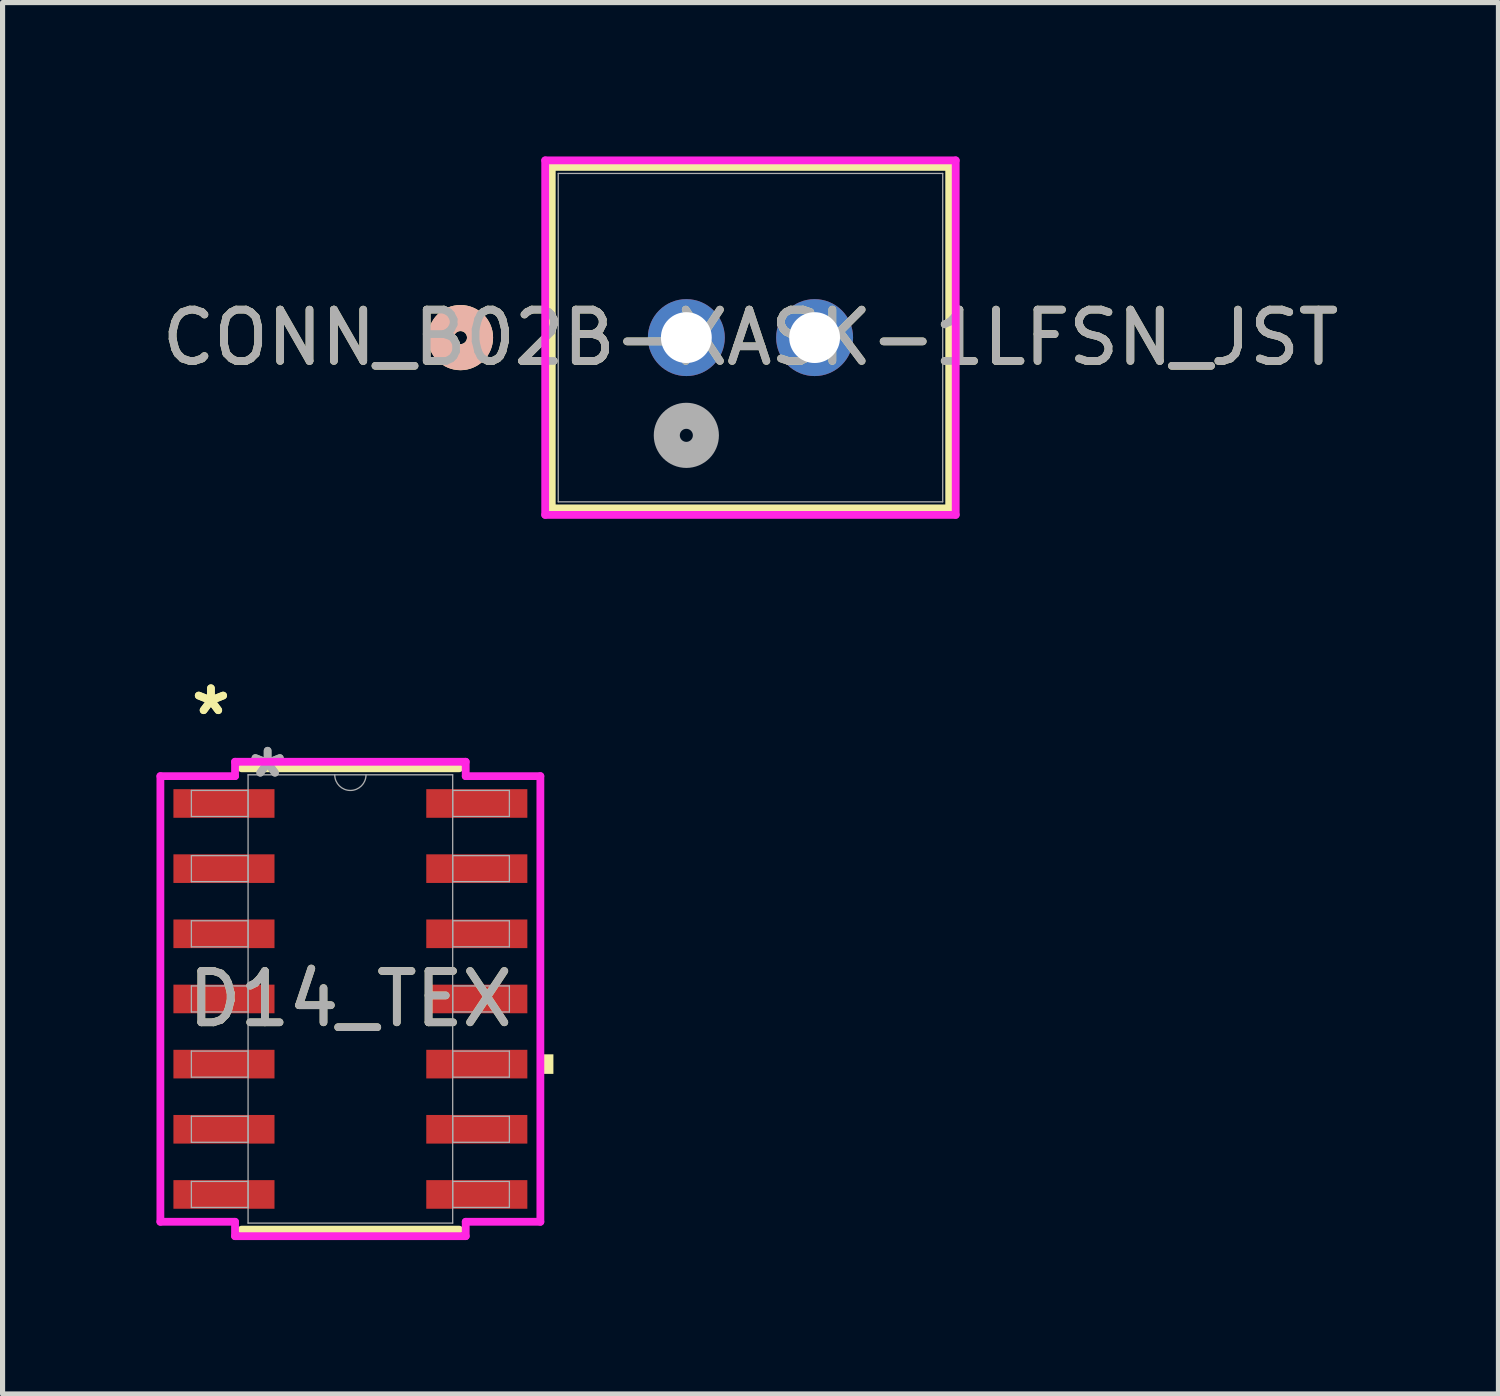
<source format=kicad_pcb>
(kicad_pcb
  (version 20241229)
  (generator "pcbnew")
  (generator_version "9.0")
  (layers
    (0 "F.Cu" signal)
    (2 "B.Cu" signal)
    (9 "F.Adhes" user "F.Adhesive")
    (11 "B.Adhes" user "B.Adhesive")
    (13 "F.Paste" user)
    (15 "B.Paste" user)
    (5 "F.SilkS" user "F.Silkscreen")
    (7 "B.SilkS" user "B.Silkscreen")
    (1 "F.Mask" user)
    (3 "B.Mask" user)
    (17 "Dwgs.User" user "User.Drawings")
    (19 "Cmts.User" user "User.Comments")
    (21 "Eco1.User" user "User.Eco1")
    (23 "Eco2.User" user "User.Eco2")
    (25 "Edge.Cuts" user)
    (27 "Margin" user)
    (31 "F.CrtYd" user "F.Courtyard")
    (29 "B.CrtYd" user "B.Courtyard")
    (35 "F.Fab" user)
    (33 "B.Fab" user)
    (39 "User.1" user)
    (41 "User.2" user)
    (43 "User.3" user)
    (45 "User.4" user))
  (footprint "D14_TEX"
    (layer "F.Cu")
    (at 3.779 16.42)
    (property "Reference" "D14_TEX" (at 0 0 0) (unlocked yes) (layer "F.SilkS") (effects (font (size 1 1) (thickness 0.15))))
    (attr smd)
    (fp_line (start -2.121 4.496) (end 2.121 4.496) (stroke (width 0.152) (type solid)) (layer "F.SilkS"))
    (fp_line (start 2.121 -4.496) (end -2.121 -4.496) (stroke (width 0.152) (type solid)) (layer "F.SilkS"))
    (fp_poly (pts (xy 3.957 1.079) (xy 3.957 1.46) (xy 3.703 1.46) (xy 3.703 1.079)) (stroke (width 0) (type solid)) (fill yes) (layer "F.SilkS"))
    (fp_line (start -3.703 -4.343) (end -2.248 -4.343) (stroke (width 0.152) (type solid)) (layer "F.CrtYd"))
    (fp_line (start -3.703 4.343) (end -3.703 -4.343) (stroke (width 0.152) (type solid)) (layer "F.CrtYd"))
    (fp_line (start -3.703 4.343) (end -2.248 4.343) (stroke (width 0.152) (type solid)) (layer "F.CrtYd"))
    (fp_line (start -2.248 -4.623) (end 2.248 -4.623) (stroke (width 0.152) (type solid)) (layer "F.CrtYd"))
    (fp_line (start -2.248 -4.343) (end -2.248 -4.623) (stroke (width 0.152) (type solid)) (layer "F.CrtYd"))
    (fp_line (start -2.248 4.623) (end -2.248 4.343) (stroke (width 0.152) (type solid)) (layer "F.CrtYd"))
    (fp_line (start 2.248 -4.623) (end 2.248 -4.343) (stroke (width 0.152) (type solid)) (layer "F.CrtYd"))
    (fp_line (start 2.248 4.343) (end 2.248 4.623) (stroke (width 0.152) (type solid)) (layer "F.CrtYd"))
    (fp_line (start 2.248 4.623) (end -2.248 4.623) (stroke (width 0.152) (type solid)) (layer "F.CrtYd"))
    (fp_line (start 3.703 -4.343) (end 2.248 -4.343) (stroke (width 0.152) (type solid)) (layer "F.CrtYd"))
    (fp_line (start 3.703 -4.343) (end 3.703 4.343) (stroke (width 0.152) (type solid)) (layer "F.CrtYd"))
    (fp_line (start 3.703 4.343) (end 2.248 4.343) (stroke (width 0.152) (type solid)) (layer "F.CrtYd"))
    (fp_line (start -3.099 -4.064) (end -3.099 -3.556) (stroke (width 0.025) (type solid)) (layer "F.Fab"))
    (fp_line (start -3.099 -3.556) (end -1.994 -3.556) (stroke (width 0.025) (type solid)) (layer "F.Fab"))
    (fp_line (start -3.099 -2.794) (end -3.099 -2.286) (stroke (width 0.025) (type solid)) (layer "F.Fab"))
    (fp_line (start -3.099 -2.286) (end -1.994 -2.286) (stroke (width 0.025) (type solid)) (layer "F.Fab"))
    (fp_line (start -3.099 -1.524) (end -3.099 -1.016) (stroke (width 0.025) (type solid)) (layer "F.Fab"))
    (fp_line (start -3.099 -1.016) (end -1.994 -1.016) (stroke (width 0.025) (type solid)) (layer "F.Fab"))
    (fp_line (start -3.099 -0.254) (end -3.099 0.254) (stroke (width 0.025) (type solid)) (layer "F.Fab"))
    (fp_line (start -3.099 0.254) (end -1.994 0.254) (stroke (width 0.025) (type solid)) (layer "F.Fab"))
    (fp_line (start -3.099 1.016) (end -3.099 1.524) (stroke (width 0.025) (type solid)) (layer "F.Fab"))
    (fp_line (start -3.099 1.524) (end -1.994 1.524) (stroke (width 0.025) (type solid)) (layer "F.Fab"))
    (fp_line (start -3.099 2.286) (end -3.099 2.794) (stroke (width 0.025) (type solid)) (layer "F.Fab"))
    (fp_line (start -3.099 2.794) (end -1.994 2.794) (stroke (width 0.025) (type solid)) (layer "F.Fab"))
    (fp_line (start -3.099 3.556) (end -3.099 4.064) (stroke (width 0.025) (type solid)) (layer "F.Fab"))
    (fp_line (start -3.099 4.064) (end -1.994 4.064) (stroke (width 0.025) (type solid)) (layer "F.Fab"))
    (fp_line (start -1.994 -4.369) (end -1.994 4.369) (stroke (width 0.025) (type solid)) (layer "F.Fab"))
    (fp_line (start -1.994 -4.064) (end -3.099 -4.064) (stroke (width 0.025) (type solid)) (layer "F.Fab"))
    (fp_line (start -1.994 -3.556) (end -1.994 -4.064) (stroke (width 0.025) (type solid)) (layer "F.Fab"))
    (fp_line (start -1.994 -2.794) (end -3.099 -2.794) (stroke (width 0.025) (type solid)) (layer "F.Fab"))
    (fp_line (start -1.994 -2.286) (end -1.994 -2.794) (stroke (width 0.025) (type solid)) (layer "F.Fab"))
    (fp_line (start -1.994 -1.524) (end -3.099 -1.524) (stroke (width 0.025) (type solid)) (layer "F.Fab"))
    (fp_line (start -1.994 -1.016) (end -1.994 -1.524) (stroke (width 0.025) (type solid)) (layer "F.Fab"))
    (fp_line (start -1.994 -0.254) (end -3.099 -0.254) (stroke (width 0.025) (type solid)) (layer "F.Fab"))
    (fp_line (start -1.994 0.254) (end -1.994 -0.254) (stroke (width 0.025) (type solid)) (layer "F.Fab"))
    (fp_line (start -1.994 1.016) (end -3.099 1.016) (stroke (width 0.025) (type solid)) (layer "F.Fab"))
    (fp_line (start -1.994 1.524) (end -1.994 1.016) (stroke (width 0.025) (type solid)) (layer "F.Fab"))
    (fp_line (start -1.994 2.286) (end -3.099 2.286) (stroke (width 0.025) (type solid)) (layer "F.Fab"))
    (fp_line (start -1.994 2.794) (end -1.994 2.286) (stroke (width 0.025) (type solid)) (layer "F.Fab"))
    (fp_line (start -1.994 3.556) (end -3.099 3.556) (stroke (width 0.025) (type solid)) (layer "F.Fab"))
    (fp_line (start -1.994 4.064) (end -1.994 3.556) (stroke (width 0.025) (type solid)) (layer "F.Fab"))
    (fp_line (start -1.994 4.369) (end 1.994 4.369) (stroke (width 0.025) (type solid)) (layer "F.Fab"))
    (fp_line (start 1.994 -4.369) (end -1.994 -4.369) (stroke (width 0.025) (type solid)) (layer "F.Fab"))
    (fp_line (start 1.994 -4.064) (end 1.994 -3.556) (stroke (width 0.025) (type solid)) (layer "F.Fab"))
    (fp_line (start 1.994 -3.556) (end 3.099 -3.556) (stroke (width 0.025) (type solid)) (layer "F.Fab"))
    (fp_line (start 1.994 -2.794) (end 1.994 -2.286) (stroke (width 0.025) (type solid)) (layer "F.Fab"))
    (fp_line (start 1.994 -2.286) (end 3.099 -2.286) (stroke (width 0.025) (type solid)) (layer "F.Fab"))
    (fp_line (start 1.994 -1.524) (end 1.994 -1.016) (stroke (width 0.025) (type solid)) (layer "F.Fab"))
    (fp_line (start 1.994 -1.016) (end 3.099 -1.016) (stroke (width 0.025) (type solid)) (layer "F.Fab"))
    (fp_line (start 1.994 -0.254) (end 1.994 0.254) (stroke (width 0.025) (type solid)) (layer "F.Fab"))
    (fp_line (start 1.994 0.254) (end 3.099 0.254) (stroke (width 0.025) (type solid)) (layer "F.Fab"))
    (fp_line (start 1.994 1.016) (end 1.994 1.524) (stroke (width 0.025) (type solid)) (layer "F.Fab"))
    (fp_line (start 1.994 1.524) (end 3.099 1.524) (stroke (width 0.025) (type solid)) (layer "F.Fab"))
    (fp_line (start 1.994 2.286) (end 1.994 2.794) (stroke (width 0.025) (type solid)) (layer "F.Fab"))
    (fp_line (start 1.994 2.794) (end 3.099 2.794) (stroke (width 0.025) (type solid)) (layer "F.Fab"))
    (fp_line (start 1.994 3.556) (end 1.994 4.064) (stroke (width 0.025) (type solid)) (layer "F.Fab"))
    (fp_line (start 1.994 4.064) (end 3.099 4.064) (stroke (width 0.025) (type solid)) (layer "F.Fab"))
    (fp_line (start 1.994 4.369) (end 1.994 -4.369) (stroke (width 0.025) (type solid)) (layer "F.Fab"))
    (fp_line (start 3.099 -4.064) (end 1.994 -4.064) (stroke (width 0.025) (type solid)) (layer "F.Fab"))
    (fp_line (start 3.099 -3.556) (end 3.099 -4.064) (stroke (width 0.025) (type solid)) (layer "F.Fab"))
    (fp_line (start 3.099 -2.794) (end 1.994 -2.794) (stroke (width 0.025) (type solid)) (layer "F.Fab"))
    (fp_line (start 3.099 -2.286) (end 3.099 -2.794) (stroke (width 0.025) (type solid)) (layer "F.Fab"))
    (fp_line (start 3.099 -1.524) (end 1.994 -1.524) (stroke (width 0.025) (type solid)) (layer "F.Fab"))
    (fp_line (start 3.099 -1.016) (end 3.099 -1.524) (stroke (width 0.025) (type solid)) (layer "F.Fab"))
    (fp_line (start 3.099 -0.254) (end 1.994 -0.254) (stroke (width 0.025) (type solid)) (layer "F.Fab"))
    (fp_line (start 3.099 0.254) (end 3.099 -0.254) (stroke (width 0.025) (type solid)) (layer "F.Fab"))
    (fp_line (start 3.099 1.016) (end 1.994 1.016) (stroke (width 0.025) (type solid)) (layer "F.Fab"))
    (fp_line (start 3.099 1.524) (end 3.099 1.016) (stroke (width 0.025) (type solid)) (layer "F.Fab"))
    (fp_line (start 3.099 2.286) (end 1.994 2.286) (stroke (width 0.025) (type solid)) (layer "F.Fab"))
    (fp_line (start 3.099 2.794) (end 3.099 2.286) (stroke (width 0.025) (type solid)) (layer "F.Fab"))
    (fp_line (start 3.099 3.556) (end 1.994 3.556) (stroke (width 0.025) (type solid)) (layer "F.Fab"))
    (fp_line (start 3.099 4.064) (end 3.099 3.556) (stroke (width 0.025) (type solid)) (layer "F.Fab"))
    (fp_arc (start 0.3048 -4.3688) (mid 0 -4.064) (end -0.3048 -4.3688) (stroke (width 0.0254) (type solid)) (layer "F.Fab"))
    (fp_text user "*" (at -2.718 -5.511 0) (unlocked yes) (layer "F.SilkS") (effects (font (size 1 1) (thickness 0.15))))
    (fp_text user "*" (at -2.718 -5.511 0) (layer "F.SilkS") (effects (font (size 1 1) (thickness 0.15))))
    (fp_text user "${REFERENCE}" (at 0 0 0) (unlocked yes) (layer "F.Fab") (effects (font (size 1 1) (thickness 0.15))))
    (fp_text user "*" (at -1.613 -4.293 0) (layer "F.Fab") (effects (font (size 1 1) (thickness 0.15))))
    (fp_text user "*" (at -1.613 -4.293 0) (unlocked yes) (layer "F.Fab") (effects (font (size 1 1) (thickness 0.15))))
    (pad "1" smd rect (at -2.464 -3.81) (size 1.97 0.558) (layers "F.Cu" "F.Mask" "F.Paste"))
    (pad "2" smd rect (at -2.464 -2.54) (size 1.97 0.558) (layers "F.Cu" "F.Mask" "F.Paste"))
    (pad "3" smd rect (at -2.464 -1.27) (size 1.97 0.558) (layers "F.Cu" "F.Mask" "F.Paste"))
    (pad "4" smd rect (at -2.464 0) (size 1.97 0.558) (layers "F.Cu" "F.Mask" "F.Paste"))
    (pad "5" smd rect (at -2.464 1.27) (size 1.97 0.558) (layers "F.Cu" "F.Mask" "F.Paste"))
    (pad "6" smd rect (at -2.464 2.54) (size 1.97 0.558) (layers "F.Cu" "F.Mask" "F.Paste"))
    (pad "7" smd rect (at -2.464 3.81) (size 1.97 0.558) (layers "F.Cu" "F.Mask" "F.Paste"))
    (pad "8" smd rect (at 2.464 3.81) (size 1.97 0.558) (layers "F.Cu" "F.Mask" "F.Paste"))
    (pad "9" smd rect (at 2.464 2.54) (size 1.97 0.558) (layers "F.Cu" "F.Mask" "F.Paste"))
    (pad "10" smd rect (at 2.464 1.27) (size 1.97 0.558) (layers "F.Cu" "F.Mask" "F.Paste"))
    (pad "11" smd rect (at 2.464 0) (size 1.97 0.558) (layers "F.Cu" "F.Mask" "F.Paste"))
    (pad "12" smd rect (at 2.464 -1.27) (size 1.97 0.558) (layers "F.Cu" "F.Mask" "F.Paste"))
    (pad "13" smd rect (at 2.464 -2.54) (size 1.97 0.558) (layers "F.Cu" "F.Mask" "F.Paste"))
    (pad "14" smd rect (at 2.464 -3.81) (size 1.97 0.558) (layers "F.Cu" "F.Mask" "F.Paste")))
  (footprint "CONN_B02B-XASK-1LFSN_JST"
    (layer "F.Cu")
    (at 10.327 3.53)
    (property "Reference" "CONN_B02B-XASK-1LFSN_JST" (at 1.25 0 0) (unlocked yes) (layer "F.SilkS") (effects (font (size 1 1) (thickness 0.15))))
    (attr through_hole)
    (fp_line (start -2.623 -3.327) (end -2.623 3.328) (stroke (width 0.152) (type solid)) (layer "F.SilkS"))
    (fp_line (start -2.623 3.328) (end 5.123 3.328) (stroke (width 0.152) (type solid)) (layer "F.SilkS"))
    (fp_line (start 5.123 -3.327) (end -2.623 -3.327) (stroke (width 0.152) (type solid)) (layer "F.SilkS"))
    (fp_line (start 5.123 3.328) (end 5.123 -3.327) (stroke (width 0.152) (type solid)) (layer "F.SilkS"))
    (fp_circle (center -4.402 0) (end -4.021 0) (stroke (width 0.508) (type solid)) (fill no) (layer "F.SilkS"))
    (fp_circle (center -4.402 0) (end -4.021 0) (stroke (width 0.508) (type solid)) (fill no) (layer "B.SilkS"))
    (fp_line (start -2.751 -3.454) (end -2.751 3.455) (stroke (width 0.152) (type solid)) (layer "F.CrtYd"))
    (fp_line (start -2.751 3.455) (end 5.25 3.455) (stroke (width 0.152) (type solid)) (layer "F.CrtYd"))
    (fp_line (start 5.25 -3.454) (end -2.751 -3.454) (stroke (width 0.152) (type solid)) (layer "F.CrtYd"))
    (fp_line (start 5.25 3.455) (end 5.25 -3.454) (stroke (width 0.152) (type solid)) (layer "F.CrtYd"))
    (fp_line (start -2.497 -3.2) (end -2.497 3.201) (stroke (width 0.025) (type solid)) (layer "F.Fab"))
    (fp_line (start -2.497 3.201) (end 4.997 3.201) (stroke (width 0.025) (type solid)) (layer "F.Fab"))
    (fp_line (start 4.997 -3.2) (end -2.497 -3.2) (stroke (width 0.025) (type solid)) (layer "F.Fab"))
    (fp_line (start 4.997 3.201) (end 4.997 -3.2) (stroke (width 0.025) (type solid)) (layer "F.Fab"))
    (fp_circle (center 0 1.905) (end 0.381 1.905) (stroke (width 0.508) (type solid)) (fill no) (layer "F.Fab"))
    (fp_text user "${REFERENCE}" (at 1.25 0 0) (unlocked yes) (layer "F.Fab") (effects (font (size 1 1) (thickness 0.15))))
    (pad "1" thru_hole circle (at 0 0) (size 1.499 1.499) (drill 0.991) (layers "*.Cu" "*.Mask"))
    (pad "2" thru_hole circle (at 2.5 0) (size 1.499 1.499) (drill 0.991) (layers "*.Cu" "*.Mask")))
  (gr_rect
    (start -3 -3)
    (end 26.155 24.119)
    (stroke (width 0.1) (type default))
    (fill no)
    (layer "Edge.Cuts")))
</source>
